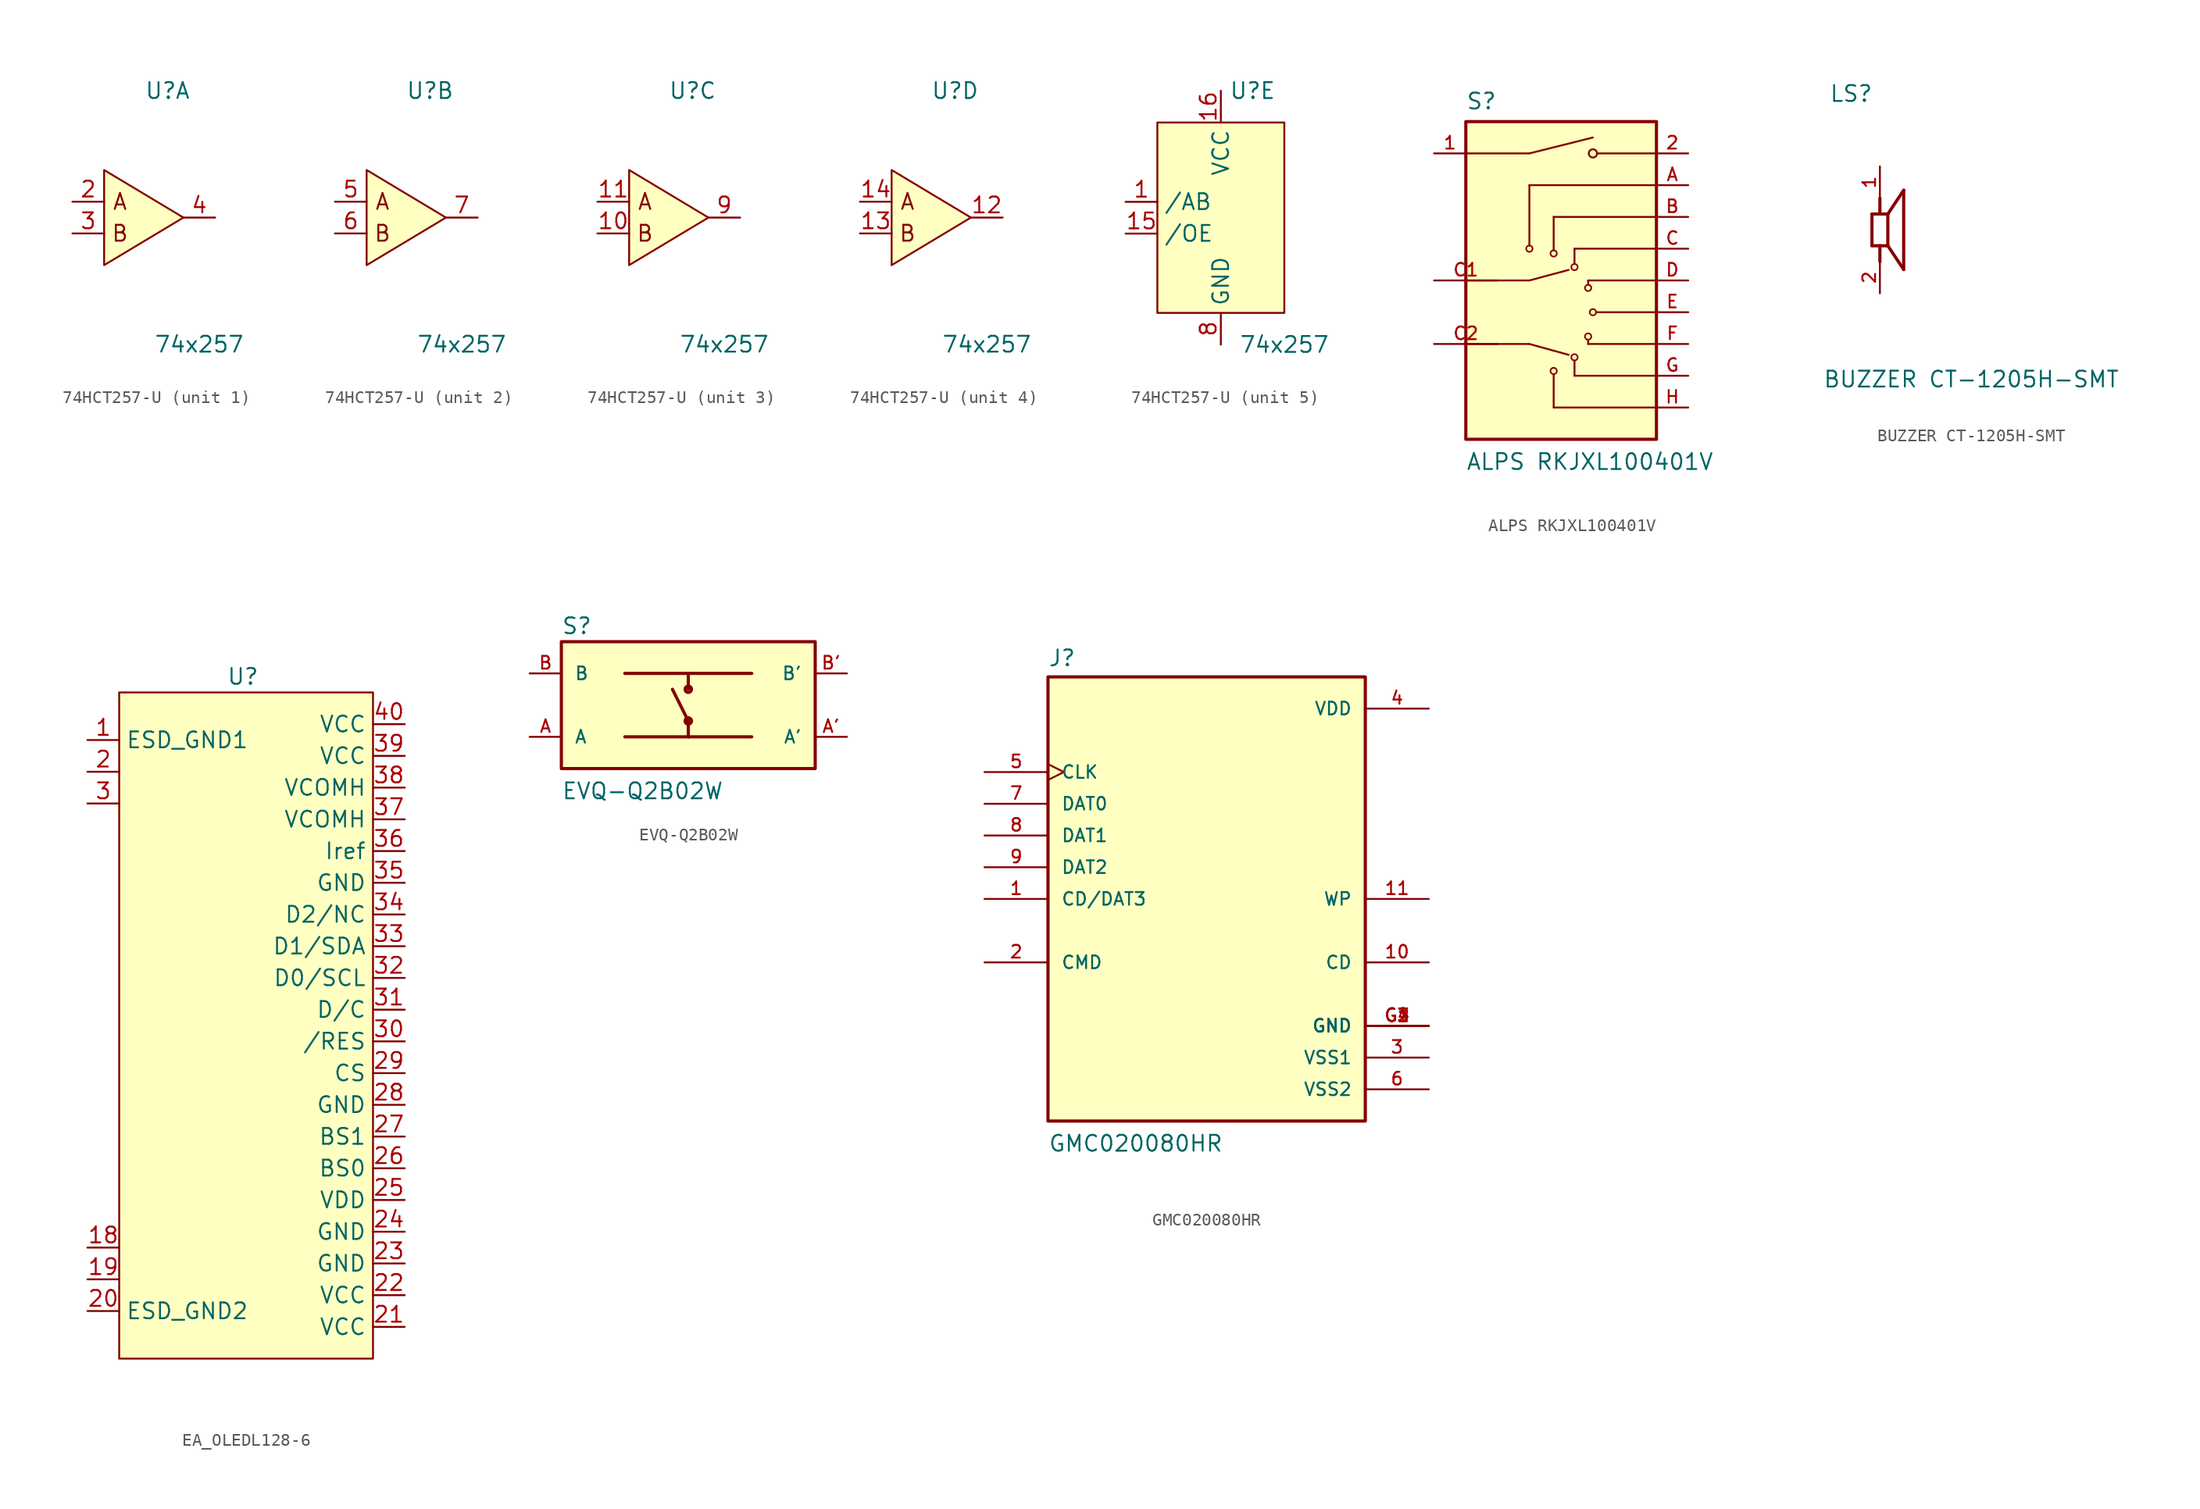
<source format=kicad_sym>
(kicad_symbol_lib
  (version 20231120)
  (generator "kicad_symbol_editor")
  (generator_version "8.0")
  (symbol "74HCT257-U"
    (property "Reference" "U"
      (at 2.54 10.16 0)
      (effects (font (size 1.27 1.27))))
    (property "Value" "74x257"
      (at 5.08 -10.16 0)
      (effects (font (size 1.27 1.27))))
    (property "ki_locked" ""
      (at 0 0 0)
      (effects (font (size 1.27 1.27))))
    (symbol "74HCT257-U_1_0"
      (pin input line (at -5.08 1.27 0) (length 2.54) (name "~" (effects (font (size 1.27 1.27)))) (number "2" (effects (font (size 1.27 1.27)))))
      (pin input line (at -5.08 -1.27 0) (length 2.54) (name "~" (effects (font (size 1.27 1.27)))) (number "3" (effects (font (size 1.27 1.27)))))
      (pin output line (at 6.35 0 180) (length 2.54) (name "~" (effects (font (size 1.27 1.27)))) (number "4" (effects (font (size 1.27 1.27))))))
    (symbol "74HCT257-U_1_1"
      (polyline (pts (xy -2.54 3.81) (xy -2.54 -3.81) (xy 3.81 0) (xy -2.54 3.81)) (stroke (width 0) (type default)) (fill (type background)))
      (text "A" (at -1.27 1.27 0) (effects (font (size 1.27 1.27))))
      (text "B" (at -1.27 -1.27 0) (effects (font (size 1.27 1.27)))))
    (symbol "74HCT257-U_2_0"
      (pin input line (at -5.08 1.27 0) (length 2.54) (name "~" (effects (font (size 1.27 1.27)))) (number "5" (effects (font (size 1.27 1.27)))))
      (pin input line (at -5.08 -1.27 0) (length 2.54) (name "~" (effects (font (size 1.27 1.27)))) (number "6" (effects (font (size 1.27 1.27)))))
      (pin output line (at 6.35 0 180) (length 2.54) (name "~" (effects (font (size 1.27 1.27)))) (number "7" (effects (font (size 1.27 1.27))))))
    (symbol "74HCT257-U_2_1"
      (polyline (pts (xy -2.54 3.81) (xy -2.54 -3.81) (xy 3.81 0) (xy -2.54 3.81)) (stroke (width 0) (type default)) (fill (type background)))
      (text "A" (at -1.27 1.27 0) (effects (font (size 1.27 1.27))))
      (text "B" (at -1.27 -1.27 0) (effects (font (size 1.27 1.27)))))
    (symbol "74HCT257-U_3_0"
      (pin input line (at -5.08 -1.27 0) (length 2.54) (name "~" (effects (font (size 1.27 1.27)))) (number "10" (effects (font (size 1.27 1.27)))))
      (pin input line (at -5.08 1.27 0) (length 2.54) (name "~" (effects (font (size 1.27 1.27)))) (number "11" (effects (font (size 1.27 1.27)))))
      (pin output line (at 6.35 0 180) (length 2.54) (name "~" (effects (font (size 1.27 1.27)))) (number "9" (effects (font (size 1.27 1.27))))))
    (symbol "74HCT257-U_3_1"
      (polyline (pts (xy -2.54 3.81) (xy -2.54 -3.81) (xy 3.81 0) (xy -2.54 3.81)) (stroke (width 0) (type default)) (fill (type background)))
      (text "A" (at -1.27 1.27 0) (effects (font (size 1.27 1.27))))
      (text "B" (at -1.27 -1.27 0) (effects (font (size 1.27 1.27)))))
    (symbol "74HCT257-U_4_0"
      (pin output line (at 6.35 0 180) (length 2.54) (name "~" (effects (font (size 1.27 1.27)))) (number "12" (effects (font (size 1.27 1.27)))))
      (pin input line (at -5.08 -1.27 0) (length 2.54) (name "~" (effects (font (size 1.27 1.27)))) (number "13" (effects (font (size 1.27 1.27)))))
      (pin input line (at -5.08 1.27 0) (length 2.54) (name "~" (effects (font (size 1.27 1.27)))) (number "14" (effects (font (size 1.27 1.27))))))
    (symbol "74HCT257-U_4_1"
      (polyline (pts (xy -2.54 3.81) (xy -2.54 -3.81) (xy 3.81 0) (xy -2.54 3.81)) (stroke (width 0) (type default)) (fill (type background)))
      (text "A" (at -1.27 1.27 0) (effects (font (size 1.27 1.27))))
      (text "B" (at -1.27 -1.27 0) (effects (font (size 1.27 1.27)))))
    (symbol "74HCT257-U_5_0"
      (pin unspecified line (at -7.62 1.27 0) (length 2.54) (name "/AB" (effects (font (size 1.27 1.27)))) (number "1" (effects (font (size 1.27 1.27)))))
      (pin input line (at -7.62 -1.27 0) (length 2.54) (name "/OE" (effects (font (size 1.27 1.27)))) (number "15" (effects (font (size 1.27 1.27)))))
      (pin power_out line (at 0 10.16 270) (length 2.54) (name "VCC" (effects (font (size 1.27 1.27)))) (number "16" (effects (font (size 1.27 1.27)))))
      (pin power_in line (at 0 -10.16 90) (length 2.54) (name "GND" (effects (font (size 1.27 1.27)))) (number "8" (effects (font (size 1.27 1.27))))))
    (symbol "74HCT257-U_5_1"
      (rectangle (start -5.08 7.62) (end 5.08 -7.62) (stroke (width 0) (type default)) (fill (type background)))))
  (symbol "ALPS RKJXL100401V"
    (pin_names
      (offset 1.016))
    (property "Reference" "S"
      (at -7.62 13.589 0)
      (effects (font (size 1.27 1.27)) (justify left bottom)))
    (property "Value" "ALPS RKJXL100401V"
      (at -7.62 -15.24 0)
      (effects (font (size 1.27 1.27)) (justify left bottom)))
    (symbol "ALPS RKJXL100401V_0_0"
      (rectangle (start -7.62 -12.7) (end 7.62 12.7) (stroke (width 0.254) (type default)) (fill (type background)))
      (circle (center -2.54 2.54) (radius 0.254) (stroke (width 0.127) (type default)) (fill (type none)))
      (circle (center -0.597 -7.239) (radius 0.254) (stroke (width 0.127) (type default)) (fill (type none)))
      (circle (center -0.597 2.159) (radius 0.254) (stroke (width 0.127) (type default)) (fill (type none)))
      (polyline (pts (xy -7.62 -5.08) (xy -2.54 -5.08)) (stroke (width 0.152) (type default)) (fill (type none)))
      (polyline (pts (xy -7.62 0) (xy -2.54 0)) (stroke (width 0.152) (type default)) (fill (type none)))
      (polyline (pts (xy -2.54 -5.08) (xy 0.6 -5.949)) (stroke (width 0.152) (type default)) (fill (type none)))
      (polyline (pts (xy -2.54 0) (xy 0.6 0.843)) (stroke (width 0.152) (type default)) (fill (type none)))
      (polyline (pts (xy -2.54 7.62) (xy -2.54 2.794)) (stroke (width 0.152) (type default)) (fill (type none)))
      (polyline (pts (xy -2.54 10.16) (xy -7.62 10.16)) (stroke (width 0.152) (type default)) (fill (type none)))
      (polyline (pts (xy -2.54 10.16) (xy 2.54 11.43)) (stroke (width 0.152) (type default)) (fill (type none)))
      (polyline (pts (xy -0.597 -10.16) (xy -0.597 -7.493)) (stroke (width 0.152) (type default)) (fill (type none)))
      (polyline (pts (xy -0.597 5.08) (xy -0.597 2.413)) (stroke (width 0.152) (type default)) (fill (type none)))
      (polyline (pts (xy 1.067 -7.62) (xy 1.067 -6.401)) (stroke (width 0.152) (type default)) (fill (type none)))
      (polyline (pts (xy 1.067 2.54) (xy 1.067 1.321)) (stroke (width 0.152) (type default)) (fill (type none)))
      (polyline (pts (xy 2.159 -5.08) (xy 2.159 -4.75)) (stroke (width 0.152) (type default)) (fill (type none)))
      (polyline (pts (xy 2.159 0) (xy 2.159 -0.33)) (stroke (width 0.152) (type default)) (fill (type none)))
      (polyline (pts (xy 7.62 -10.16) (xy -0.597 -10.16)) (stroke (width 0.152) (type default)) (fill (type none)))
      (polyline (pts (xy 7.62 -7.62) (xy 1.067 -7.62)) (stroke (width 0.152) (type default)) (fill (type none)))
      (polyline (pts (xy 7.62 -5.08) (xy 2.159 -5.08)) (stroke (width 0.152) (type default)) (fill (type none)))
      (polyline (pts (xy 7.62 -2.54) (xy 2.794 -2.54)) (stroke (width 0.152) (type default)) (fill (type none)))
      (polyline (pts (xy 7.62 0) (xy 2.159 0)) (stroke (width 0.152) (type default)) (fill (type none)))
      (polyline (pts (xy 7.62 2.54) (xy 1.067 2.54)) (stroke (width 0.152) (type default)) (fill (type none)))
      (polyline (pts (xy 7.62 5.08) (xy -0.597 5.08)) (stroke (width 0.152) (type default)) (fill (type none)))
      (polyline (pts (xy 7.62 7.62) (xy -2.54 7.62)) (stroke (width 0.152) (type default)) (fill (type none)))
      (polyline (pts (xy 7.62 10.16) (xy 2.921 10.16)) (stroke (width 0.152) (type default)) (fill (type none)))
      (circle (center 1.067 -6.147) (radius 0.254) (stroke (width 0.127) (type default)) (fill (type none)))
      (circle (center 1.067 1.067) (radius 0.254) (stroke (width 0.127) (type default)) (fill (type none)))
      (circle (center 2.159 -4.483) (radius 0.254) (stroke (width 0.127) (type default)) (fill (type none)))
      (circle (center 2.159 -0.597) (radius 0.254) (stroke (width 0.127) (type default)) (fill (type none)))
      (circle (center 2.54 -2.54) (radius 0.254) (stroke (width 0.127) (type default)) (fill (type none)))
      (circle (center 2.54 10.16) (radius 0.33) (stroke (width 0.152) (type default)) (fill (type none)))
      (pin passive line (at -10.16 10.16 0) (length 2.54) (name "~" (effects (font (size 1.016 1.016)))) (number "1" (effects (font (size 1.016 1.016)))))
      (pin passive line (at 10.16 10.16 180) (length 2.54) (name "~" (effects (font (size 1.016 1.016)))) (number "2" (effects (font (size 1.016 1.016)))))
      (pin passive line (at 10.16 7.62 180) (length 2.54) (name "~" (effects (font (size 1.016 1.016)))) (number "A" (effects (font (size 1.016 1.016)))))
      (pin passive line (at 10.16 5.08 180) (length 2.54) (name "~" (effects (font (size 1.016 1.016)))) (number "B" (effects (font (size 1.016 1.016)))))
      (pin passive line (at 10.16 2.54 180) (length 2.54) (name "~" (effects (font (size 1.016 1.016)))) (number "C" (effects (font (size 1.016 1.016)))))
      (pin passive line (at -10.16 0 0) (length 5.08) (name "~" (effects (font (size 1.016 1.016)))) (number "C1" (effects (font (size 1.016 1.016)))))
      (pin passive line (at -10.16 -5.08 0) (length 5.08) (name "~" (effects (font (size 1.016 1.016)))) (number "C2" (effects (font (size 1.016 1.016)))))
      (pin passive line (at 10.16 0 180) (length 2.54) (name "~" (effects (font (size 1.016 1.016)))) (number "D" (effects (font (size 1.016 1.016)))))
      (pin passive line (at 10.16 -2.54 180) (length 2.54) (name "~" (effects (font (size 1.016 1.016)))) (number "E" (effects (font (size 1.016 1.016)))))
      (pin passive line (at 10.16 -5.08 180) (length 2.54) (name "~" (effects (font (size 1.016 1.016)))) (number "F" (effects (font (size 1.016 1.016)))))
      (pin passive line (at 10.16 -7.62 180) (length 2.54) (name "~" (effects (font (size 1.016 1.016)))) (number "G" (effects (font (size 1.016 1.016)))))
      (pin passive line (at 10.16 -10.16 180) (length 2.54) (name "~" (effects (font (size 1.016 1.016)))) (number "H" (effects (font (size 1.016 1.016)))))))
  (symbol "BUZZER CT-1205H-SMT"
    (pin_names
      (offset 1.016))
    (property "Reference" "LS"
      (at -4.064 10.16 0)
      (effects (font (size 1.27 1.27)) (justify left bottom)))
    (property "Value" "BUZZER CT-1205H-SMT"
      (at -4.573 -12.704 0)
      (effects (font (size 1.27 1.27)) (justify left bottom)))
    (symbol "BUZZER CT-1205H-SMT_0_0"
      (polyline (pts (xy -0.635 -1.27) (xy -0.635 1.27)) (stroke (width 0.254) (type default)) (fill (type none)))
      (polyline (pts (xy -0.635 1.27) (xy 0 1.27)) (stroke (width 0.254) (type default)) (fill (type none)))
      (polyline (pts (xy 0 -1.27) (xy -0.635 -1.27)) (stroke (width 0.254) (type default)) (fill (type none)))
      (polyline (pts (xy 0 -1.27) (xy 0 -2.54)) (stroke (width 0.254) (type default)) (fill (type none)))
      (polyline (pts (xy 0 1.27) (xy 0 2.54)) (stroke (width 0.254) (type default)) (fill (type none)))
      (polyline (pts (xy 0 1.27) (xy 0.635 1.27)) (stroke (width 0.254) (type default)) (fill (type none)))
      (polyline (pts (xy 0.635 -1.27) (xy 0 -1.27)) (stroke (width 0.254) (type default)) (fill (type none)))
      (polyline (pts (xy 0.635 1.27) (xy 0.635 -1.27)) (stroke (width 0.254) (type default)) (fill (type none)))
      (polyline (pts (xy 0.635 1.27) (xy 1.905 3.175)) (stroke (width 0.254) (type default)) (fill (type none)))
      (polyline (pts (xy 1.905 -3.175) (xy 0.635 -1.27)) (stroke (width 0.254) (type default)) (fill (type none)))
      (polyline (pts (xy 1.905 3.175) (xy 1.905 -3.175)) (stroke (width 0.254) (type default)) (fill (type none)))
      (pin passive line (at 0 5.08 270) (length 2.54) (name "~" (effects (font (size 1.016 1.016)))) (number "1" (effects (font (size 1.016 1.016)))))
      (pin passive line (at 0 -5.08 90) (length 2.54) (name "~" (effects (font (size 1.016 1.016)))) (number "2" (effects (font (size 1.016 1.016)))))))
  (symbol "EA_OLEDL128-6"
    (property "Reference" "U"
      (at -0.254 27.94 0)
      (effects (font (size 1.27 1.27))))
    (property "Value" ""
      (at -12.7 19.05 0)
      (effects (font (size 1.27 1.27))))
    (symbol "EA_OLEDL128-6_1_1"
      (rectangle (start -10.16 26.67) (end 10.16 -26.67) (stroke (width 0) (type default)) (fill (type background)))
      (pin power_in line (at -12.7 22.86 0) (length 2.54) (name "ESD_GND1" (effects (font (size 1.27 1.27)))) (number "1" (effects (font (size 1.27 1.27)))))
      (pin free line (at -12.7 -17.78 0) (length 2.54) (name "" (effects (font (size 1.27 1.27)))) (number "18" (effects (font (size 1.27 1.27)))))
      (pin free line (at -12.7 -20.32 0) (length 2.54) (name "" (effects (font (size 1.27 1.27)))) (number "19" (effects (font (size 1.27 1.27)))))
      (pin free line (at -12.7 20.32 0) (length 2.54) (name "" (effects (font (size 1.27 1.27)))) (number "2" (effects (font (size 1.27 1.27)))))
      (pin power_in line (at -12.7 -22.86 0) (length 2.54) (name "ESD_GND2" (effects (font (size 1.27 1.27)))) (number "20" (effects (font (size 1.27 1.27)))))
      (pin power_in line (at 12.7 -24.13 180) (length 2.54) (name "VCC" (effects (font (size 1.27 1.27)))) (number "21" (effects (font (size 1.27 1.27)))))
      (pin power_in line (at 12.7 -21.59 180) (length 2.54) (name "VCC" (effects (font (size 1.27 1.27)))) (number "22" (effects (font (size 1.27 1.27)))))
      (pin power_in line (at 12.7 -19.05 180) (length 2.54) (name "GND" (effects (font (size 1.27 1.27)))) (number "23" (effects (font (size 1.27 1.27)))))
      (pin power_in line (at 12.7 -16.51 180) (length 2.54) (name "GND" (effects (font (size 1.27 1.27)))) (number "24" (effects (font (size 1.27 1.27)))))
      (pin power_in line (at 12.7 -13.97 180) (length 2.54) (name "VDD" (effects (font (size 1.27 1.27)))) (number "25" (effects (font (size 1.27 1.27)))))
      (pin input line (at 12.7 -11.43 180) (length 2.54) (name "BS0" (effects (font (size 1.27 1.27)))) (number "26" (effects (font (size 1.27 1.27)))))
      (pin input line (at 12.7 -8.89 180) (length 2.54) (name "BS1" (effects (font (size 1.27 1.27)))) (number "27" (effects (font (size 1.27 1.27)))))
      (pin power_in line (at 12.7 -6.35 180) (length 2.54) (name "GND" (effects (font (size 1.27 1.27)))) (number "28" (effects (font (size 1.27 1.27)))))
      (pin input line (at 12.7 -3.81 180) (length 2.54) (name "CS" (effects (font (size 1.27 1.27)))) (number "29" (effects (font (size 1.27 1.27)))))
      (pin free line (at -12.7 17.78 0) (length 2.54) (name "" (effects (font (size 1.27 1.27)))) (number "3" (effects (font (size 1.27 1.27)))))
      (pin input line (at 12.7 -1.27 180) (length 2.54) (name "/RES" (effects (font (size 1.27 1.27)))) (number "30" (effects (font (size 1.27 1.27)))))
      (pin input line (at 12.7 1.27 180) (length 2.54) (name "D/C" (effects (font (size 1.27 1.27)))) (number "31" (effects (font (size 1.27 1.27)))))
      (pin input line (at 12.7 3.81 180) (length 2.54) (name "D0/SCL" (effects (font (size 1.27 1.27)))) (number "32" (effects (font (size 1.27 1.27)))))
      (pin input line (at 12.7 6.35 180) (length 2.54) (name "D1/SDA" (effects (font (size 1.27 1.27)))) (number "33" (effects (font (size 1.27 1.27)))))
      (pin input line (at 12.7 8.89 180) (length 2.54) (name "D2/NC" (effects (font (size 1.27 1.27)))) (number "34" (effects (font (size 1.27 1.27)))))
      (pin power_in line (at 12.7 11.43 180) (length 2.54) (name "GND" (effects (font (size 1.27 1.27)))) (number "35" (effects (font (size 1.27 1.27)))))
      (pin bidirectional line (at 12.7 13.97 180) (length 2.54) (name "Iref" (effects (font (size 1.27 1.27)))) (number "36" (effects (font (size 1.27 1.27)))))
      (pin bidirectional line (at 12.7 16.51 180) (length 2.54) (name "VCOMH" (effects (font (size 1.27 1.27)))) (number "37" (effects (font (size 1.27 1.27)))))
      (pin bidirectional line (at 12.7 19.05 180) (length 2.54) (name "VCOMH" (effects (font (size 1.27 1.27)))) (number "38" (effects (font (size 1.27 1.27)))))
      (pin power_in line (at 12.7 21.59 180) (length 2.54) (name "VCC" (effects (font (size 1.27 1.27)))) (number "39" (effects (font (size 1.27 1.27)))))
      (pin power_in line (at 12.7 24.13 180) (length 2.54) (name "VCC" (effects (font (size 1.27 1.27)))) (number "40" (effects (font (size 1.27 1.27)))))))
  (symbol "EVQ-Q2B02W"
    (pin_names
      (offset 1.016))
    (property "Reference" "S"
      (at -10.169 5.593 0)
      (effects (font (size 1.27 1.27)) (justify left bottom)))
    (property "Value" "EVQ-Q2B02W"
      (at -10.164 -7.623 0)
      (effects (font (size 1.27 1.27)) (justify left bottom)))
    (symbol "EVQ-Q2B02W_0_0"
      (rectangle (start -10.16 -5.08) (end 10.16 5.08) (stroke (width 0.254) (type default)) (fill (type background)))
      (circle (center 0 -1.27) (radius 0.254) (stroke (width 0.254) (type default)) (fill (type none)))
      (polyline (pts (xy -5.08 -2.54) (xy 0 -2.54)) (stroke (width 0.254) (type default)) (fill (type none)))
      (polyline (pts (xy -5.08 2.54) (xy 0 2.54)) (stroke (width 0.254) (type default)) (fill (type none)))
      (polyline (pts (xy 0 -2.54) (xy 5.08 -2.54)) (stroke (width 0.254) (type default)) (fill (type none)))
      (polyline (pts (xy 0 -1.27) (xy -1.27 1.27)) (stroke (width 0.254) (type default)) (fill (type none)))
      (polyline (pts (xy 0 -1.27) (xy 0 -2.54)) (stroke (width 0.254) (type default)) (fill (type none)))
      (polyline (pts (xy 0 1.27) (xy 0 2.54)) (stroke (width 0.254) (type default)) (fill (type none)))
      (polyline (pts (xy 0 2.54) (xy 5.08 2.54)) (stroke (width 0.254) (type default)) (fill (type none)))
      (circle (center 0 1.27) (radius 0.254) (stroke (width 0.254) (type default)) (fill (type none)))
      (pin passive line (at -12.7 -2.54 0) (length 2.54) (name "A" (effects (font (size 1.016 1.016)))) (number "A" (effects (font (size 1.016 1.016)))))
      (pin passive line (at 12.7 -2.54 180) (length 2.54) (name "A'" (effects (font (size 1.016 1.016)))) (number "A'" (effects (font (size 1.016 1.016)))))
      (pin passive line (at -12.7 2.54 0) (length 2.54) (name "B" (effects (font (size 1.016 1.016)))) (number "B" (effects (font (size 1.016 1.016)))))
      (pin passive line (at 12.7 2.54 180) (length 2.54) (name "B'" (effects (font (size 1.016 1.016)))) (number "B'" (effects (font (size 1.016 1.016)))))))
  (symbol "GMC020080HR"
    (pin_names
      (offset 1.016))
    (property "Reference" "J"
      (at -12.7 18.542 0)
      (effects (font (size 1.27 1.27)) (justify left bottom)))
    (property "Value" "GMC020080HR"
      (at -12.7 -20.32 0)
      (effects (font (size 1.27 1.27)) (justify left bottom)))
    (symbol "GMC020080HR_0_0"
      (rectangle (start -12.7 -17.78) (end 12.7 17.78) (stroke (width 0.254) (type default)) (fill (type background)))
      (pin bidirectional line (at -17.78 0 0) (length 5.08) (name "CD/DAT3" (effects (font (size 1.016 1.016)))) (number "1" (effects (font (size 1.016 1.016)))))
      (pin passive line (at 17.78 -5.08 180) (length 5.08) (name "CD" (effects (font (size 1.016 1.016)))) (number "10" (effects (font (size 1.016 1.016)))))
      (pin passive line (at 17.78 0 180) (length 5.08) (name "WP" (effects (font (size 1.016 1.016)))) (number "11" (effects (font (size 1.016 1.016)))))
      (pin bidirectional line (at -17.78 -5.08 0) (length 5.08) (name "CMD" (effects (font (size 1.016 1.016)))) (number "2" (effects (font (size 1.016 1.016)))))
      (pin power_in line (at 17.78 -12.7 180) (length 5.08) (name "VSS1" (effects (font (size 1.016 1.016)))) (number "3" (effects (font (size 1.016 1.016)))))
      (pin power_in line (at 17.78 15.24 180) (length 5.08) (name "VDD" (effects (font (size 1.016 1.016)))) (number "4" (effects (font (size 1.016 1.016)))))
      (pin bidirectional clock (at -17.78 10.16 0) (length 5.08) (name "CLK" (effects (font (size 1.016 1.016)))) (number "5" (effects (font (size 1.016 1.016)))))
      (pin power_in line (at 17.78 -15.24 180) (length 5.08) (name "VSS2" (effects (font (size 1.016 1.016)))) (number "6" (effects (font (size 1.016 1.016)))))
      (pin bidirectional line (at -17.78 7.62 0) (length 5.08) (name "DAT0" (effects (font (size 1.016 1.016)))) (number "7" (effects (font (size 1.016 1.016)))))
      (pin bidirectional line (at -17.78 5.08 0) (length 5.08) (name "DAT1" (effects (font (size 1.016 1.016)))) (number "8" (effects (font (size 1.016 1.016)))))
      (pin bidirectional line (at -17.78 2.54 0) (length 5.08) (name "DAT2" (effects (font (size 1.016 1.016)))) (number "9" (effects (font (size 1.016 1.016)))))
      (pin power_in line (at 17.78 -10.16 180) (length 5.08) (name "GND" (effects (font (size 1.016 1.016)))) (number "G1" (effects (font (size 1.016 1.016)))))
      (pin power_in line (at 17.78 -10.16 180) (length 5.08) (name "GND" (effects (font (size 1.016 1.016)))) (number "G2" (effects (font (size 1.016 1.016)))))
      (pin power_in line (at 17.78 -10.16 180) (length 5.08) (name "GND" (effects (font (size 1.016 1.016)))) (number "G3" (effects (font (size 1.016 1.016)))))
      (pin power_in line (at 17.78 -10.16 180) (length 5.08) (name "GND" (effects (font (size 1.016 1.016)))) (number "G4" (effects (font (size 1.016 1.016))))))))
</source>
